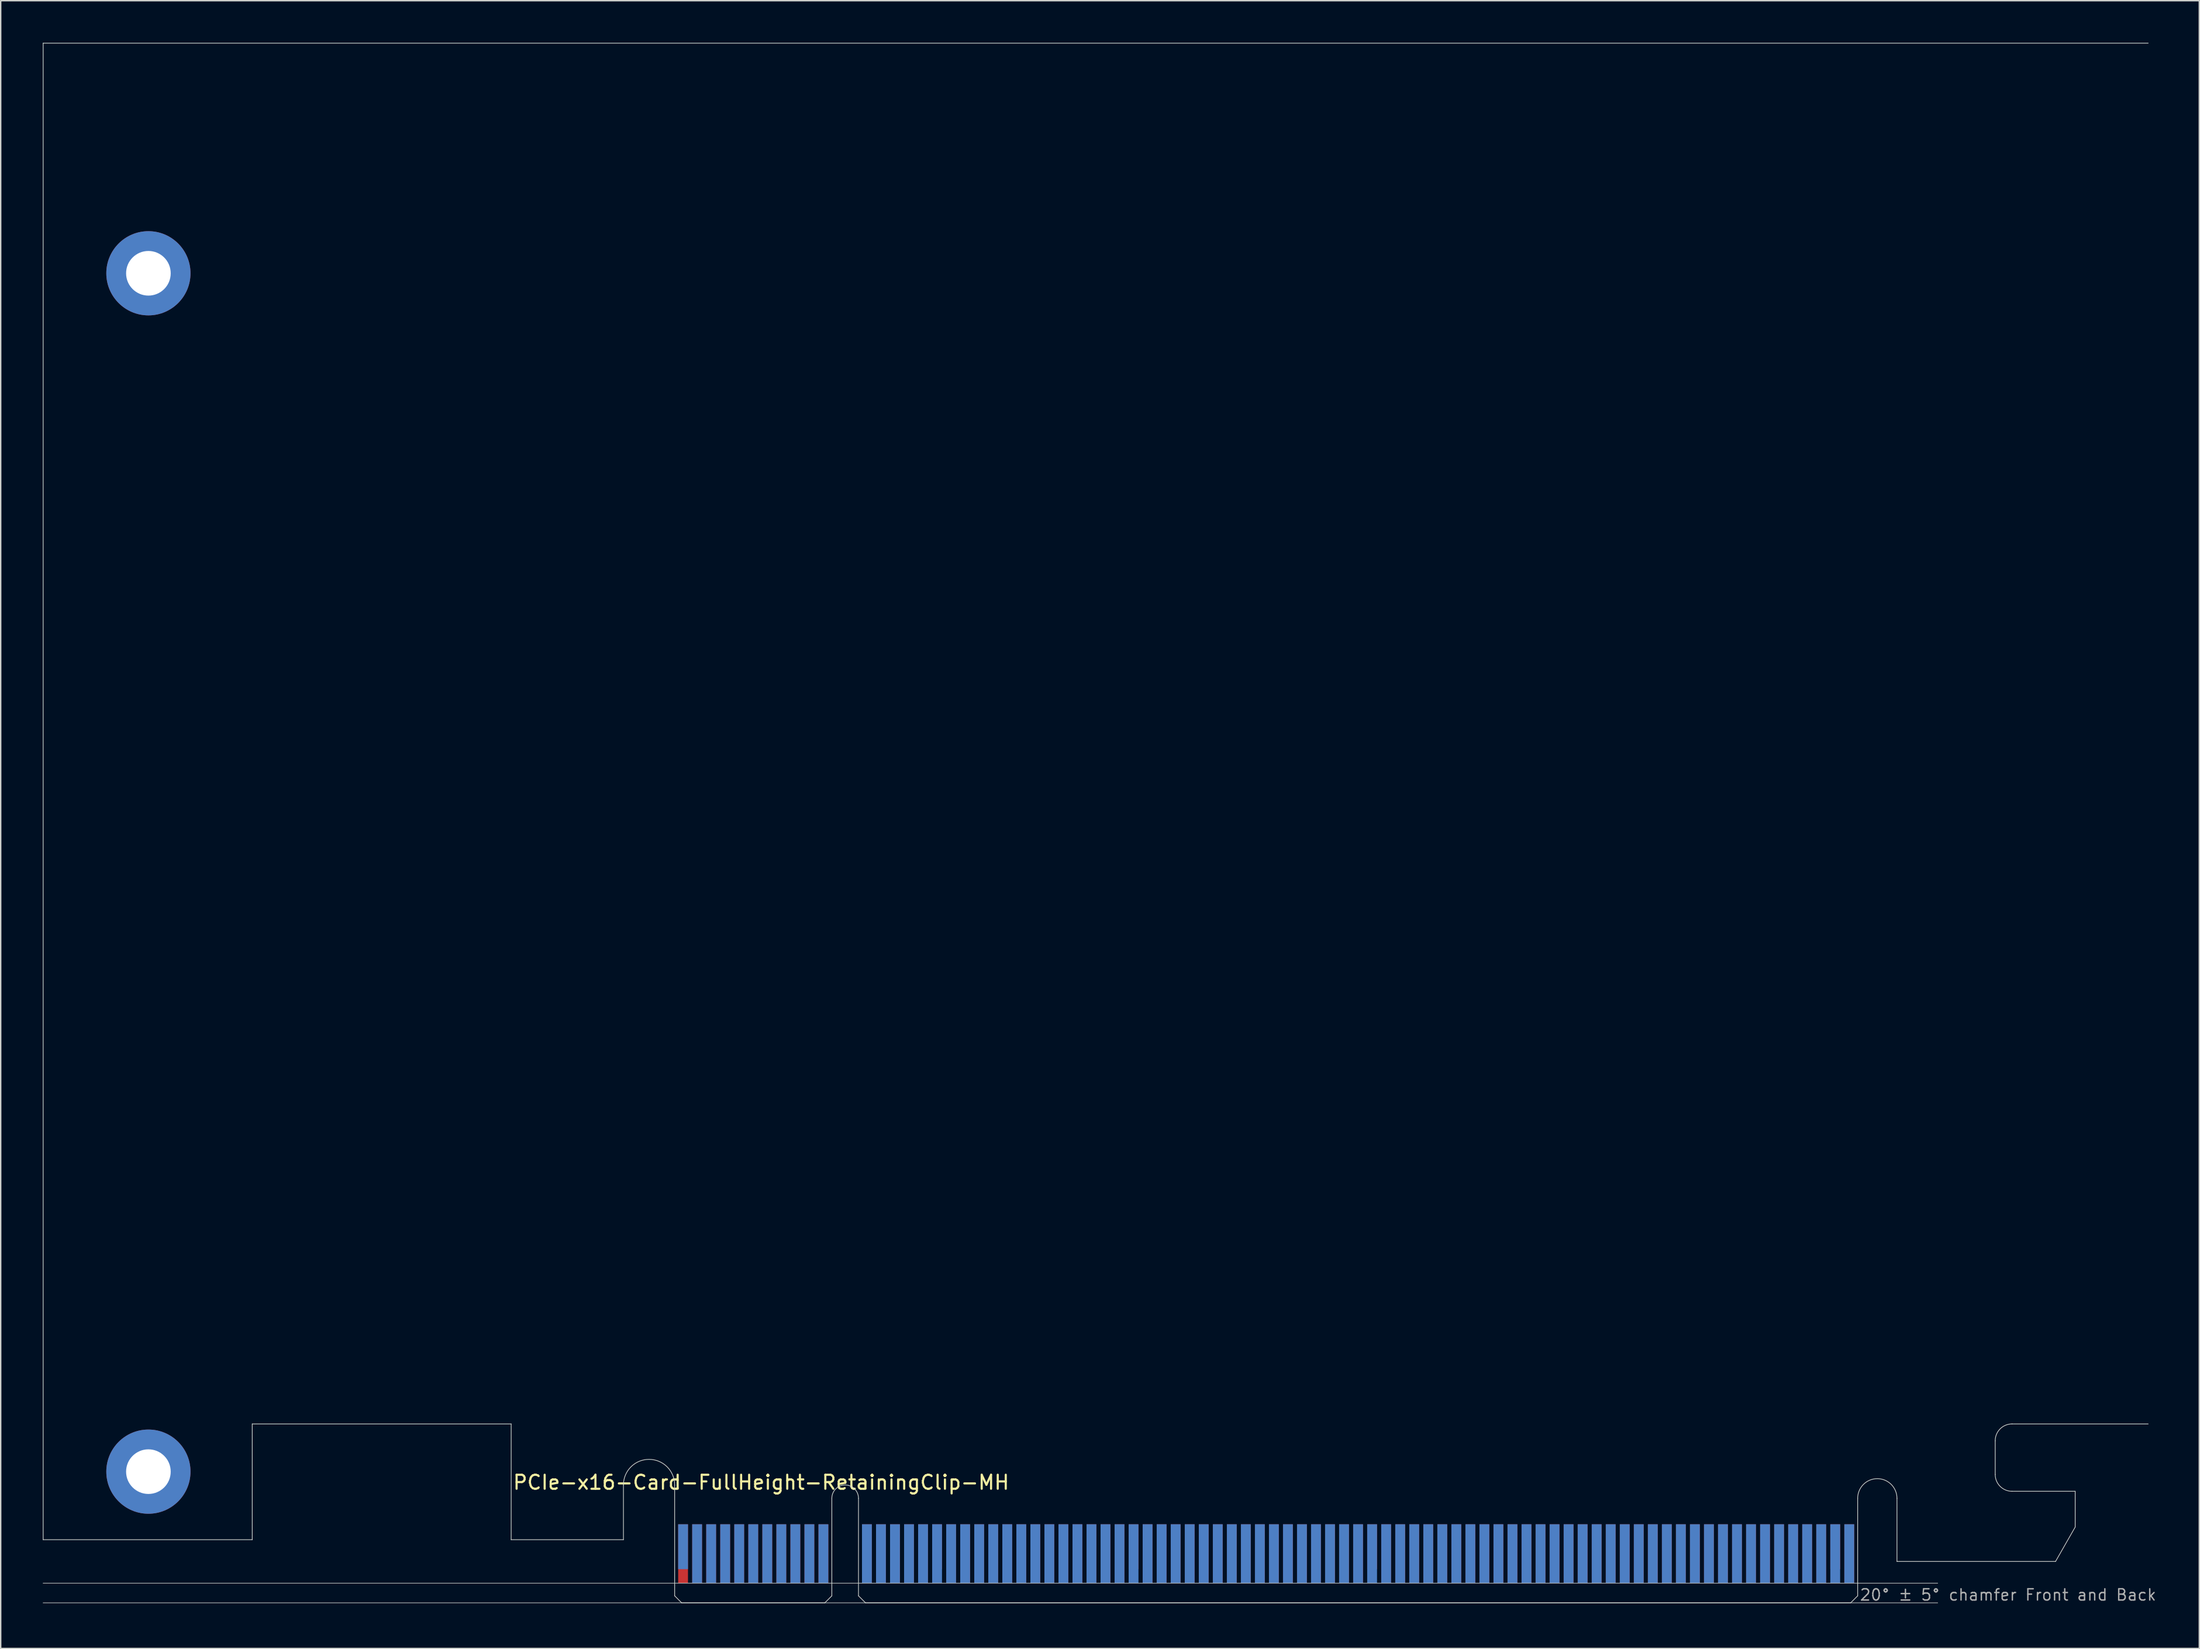
<source format=kicad_pcb>
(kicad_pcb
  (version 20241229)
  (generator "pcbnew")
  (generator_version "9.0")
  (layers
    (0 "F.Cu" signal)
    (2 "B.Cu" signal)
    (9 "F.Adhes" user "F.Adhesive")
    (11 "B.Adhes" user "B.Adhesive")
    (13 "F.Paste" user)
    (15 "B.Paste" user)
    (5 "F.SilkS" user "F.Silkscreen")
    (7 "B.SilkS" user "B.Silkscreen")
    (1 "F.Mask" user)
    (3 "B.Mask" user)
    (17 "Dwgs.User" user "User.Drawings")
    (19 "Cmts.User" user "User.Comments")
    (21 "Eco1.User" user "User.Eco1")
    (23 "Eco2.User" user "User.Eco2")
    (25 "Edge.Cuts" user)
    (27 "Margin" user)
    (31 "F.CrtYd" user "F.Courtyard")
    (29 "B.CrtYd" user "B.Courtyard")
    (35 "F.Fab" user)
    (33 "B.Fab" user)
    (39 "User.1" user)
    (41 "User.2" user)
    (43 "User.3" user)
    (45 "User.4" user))
  (footprint "PCIe-x16-Card-FullHeight-RetainingClip-MH"
    (layer "F.Cu")
    (at 45.025 111.175)
    (property "Reference" "PCIe-x16-Card-FullHeight-RetainingClip-MH" (at -11.6 -8 0) (layer "F.SilkS") (effects (font (size 1 1) (thickness 0.15)) (justify left bottom)))
    (attr exclude_from_pos_files exclude_from_bom)
    (fp_poly (pts (xy -3.65 -4.5) (xy -11.65 -4.5) (xy -11.65 -7.95) (xy -3.65 -7.95)) (stroke (width 0.1) (type solid)) (fill yes) (layer "F.Mask"))
    (fp_poly (pts (xy 11.2 -5.45) (xy 0 -5.45) (xy 0 0) (xy 11.2 0)) (stroke (width 0.1) (type solid)) (fill yes) (layer "F.Mask"))
    (fp_poly (pts (xy 84.3 -5.45) (xy 13.1 -5.45) (xy 13.1 0) (xy 84.3 0)) (stroke (width 0.1) (type solid)) (fill yes) (layer "F.Mask"))
    (fp_poly (pts (xy 99.8 -5.4) (xy 98.4 -2.95) (xy 87.1 -2.95) (xy 87.1 -7.95) (xy 99.8 -7.95)) (stroke (width 0.1) (type solid)) (fill yes) (layer "F.Mask"))
    (fp_poly (pts (xy -3.65 -7.95) (xy -11.65 -7.95) (xy -11.65 -4.5) (xy -3.65 -4.5)) (stroke (width 0.1) (type solid)) (fill yes) (layer "B.Mask"))
    (fp_poly (pts (xy 11.2 0) (xy 0 0) (xy 0 -5.45) (xy 11.2 -5.45)) (stroke (width 0.1) (type solid)) (fill yes) (layer "B.Mask"))
    (fp_poly (pts (xy 84.3 -5.45) (xy 13.1 -5.45) (xy 13.1 0) (xy 84.3 0)) (stroke (width 0.1) (type solid)) (fill yes) (layer "B.Mask"))
    (fp_poly (pts (xy 99.8 -5.4) (xy 98.4 -2.95) (xy 87.1 -2.95) (xy 87.1 -7.95) (xy 99.8 -7.95)) (stroke (width 0.1) (type solid)) (fill yes) (layer "B.Mask"))
    (fp_line (start -45 -111.15) (end 105 -111.15) (stroke (width 0.05) (type solid)) (layer "Edge.Cuts"))
    (fp_line (start -45 -4.5) (end -45 -111.15) (stroke (width 0.05) (type solid)) (layer "Edge.Cuts"))
    (fp_line (start -30.1 -12.75) (end -30.1 -4.5) (stroke (width 0.05) (type solid)) (layer "Edge.Cuts"))
    (fp_line (start -30.1 -4.5) (end -45 -4.5) (stroke (width 0.05) (type solid)) (layer "Edge.Cuts"))
    (fp_line (start -11.65 -12.75) (end -30.1 -12.75) (stroke (width 0.05) (type solid)) (layer "Edge.Cuts"))
    (fp_line (start -11.65 -4.5) (end -11.65 -12.75) (stroke (width 0.05) (type solid)) (layer "Edge.Cuts"))
    (fp_line (start -3.65 -4.5) (end -11.65 -4.5) (stroke (width 0.05) (type solid)) (layer "Edge.Cuts"))
    (fp_line (start -3.65 -4.5) (end -3.65 -8.4) (stroke (width 0.05) (type solid)) (layer "Edge.Cuts"))
    (fp_line (start 0 -0.5) (end 0 -8.4) (stroke (width 0.05) (type solid)) (layer "Edge.Cuts"))
    (fp_line (start 0.5 0) (end 0 -0.5) (stroke (width 0.05) (type solid)) (layer "Edge.Cuts"))
    (fp_line (start 0.5 0) (end 10.7 0) (stroke (width 0.05) (type solid)) (layer "Edge.Cuts"))
    (fp_line (start 10.7 0) (end 11.2 -0.5) (stroke (width 0.05) (type solid)) (layer "Edge.Cuts"))
    (fp_line (start 11.2 -0.5) (end 11.2 -7.45) (stroke (width 0.05) (type solid)) (layer "Edge.Cuts"))
    (fp_line (start 13.1 -0.5) (end 13.1 -7.45) (stroke (width 0.05) (type solid)) (layer "Edge.Cuts"))
    (fp_line (start 13.6 0) (end 13.1 -0.5) (stroke (width 0.05) (type solid)) (layer "Edge.Cuts"))
    (fp_line (start 83.8 0) (end 13.6 0) (stroke (width 0.05) (type solid)) (layer "Edge.Cuts"))
    (fp_line (start 83.8 0) (end 84.3 -0.5) (stroke (width 0.05) (type solid)) (layer "Edge.Cuts"))
    (fp_line (start 84.3 -0.5) (end 84.3 -7.45) (stroke (width 0.05) (type solid)) (layer "Edge.Cuts"))
    (fp_line (start 87.1 -7.45) (end 87.1 -2.95) (stroke (width 0.05) (type solid)) (layer "Edge.Cuts"))
    (fp_line (start 87.1 -2.95) (end 98.4 -2.95) (stroke (width 0.05) (type solid)) (layer "Edge.Cuts"))
    (fp_line (start 94.1 -11.55) (end 94.1 -9.15) (stroke (width 0.05) (type solid)) (layer "Edge.Cuts"))
    (fp_line (start 95.3 -12.75) (end 105 -12.75) (stroke (width 0.05) (type solid)) (layer "Edge.Cuts"))
    (fp_line (start 98.4 -2.95) (end 99.8 -5.4) (stroke (width 0.05) (type solid)) (layer "Edge.Cuts"))
    (fp_line (start 99.8 -7.95) (end 95.3 -7.95) (stroke (width 0.05) (type solid)) (layer "Edge.Cuts"))
    (fp_line (start 99.8 -5.4) (end 99.8 -7.95) (stroke (width 0.05) (type solid)) (layer "Edge.Cuts"))
    (fp_arc (start -3.65 -8.4) (mid -1.825 -10.225) (end 0 -8.4) (stroke (width 0.05) (type solid)) (layer "Edge.Cuts"))
    (fp_arc (start 11.2 -7.45) (mid 12.15 -8.4) (end 13.1 -7.45) (stroke (width 0.05) (type solid)) (layer "Edge.Cuts"))
    (fp_arc (start 84.3 -7.45) (mid 85.7 -8.85) (end 87.1 -7.45) (stroke (width 0.05) (type solid)) (layer "Edge.Cuts"))
    (fp_arc (start 94.1 -11.55) (mid 94.451472 -12.398528) (end 95.3 -12.75) (stroke (width 0.05) (type solid)) (layer "Edge.Cuts"))
    (fp_arc (start 95.3 -7.95) (mid 94.451472 -8.301472) (end 94.1 -9.15) (stroke (width 0.05) (type solid)) (layer "Edge.Cuts"))
    (fp_line (start -45 -1.4) (end 90 -1.4) (stroke (width 0.05) (type solid)) (layer "F.Fab"))
    (fp_line (start -45 0) (end 90 0) (stroke (width 0.05) (type solid)) (layer "F.Fab"))
    (fp_text user "20° ± 5° chamfer Front and Back" (at 84.4 -0.1 0) (layer "F.Fab") (effects (font (size 0.8 0.8) (thickness 0.1)) (justify left bottom)))
    (pad "A1" smd rect (at 0.6 -4) (size 0.7 3.2) (layers "B.Cu"))
    (pad "A2" smd rect (at 1.6 -3.5) (size 0.7 4.2) (layers "B.Cu"))
    (pad "A3" smd rect (at 2.6 -3.5) (size 0.7 4.2) (layers "B.Cu"))
    (pad "A4" smd rect (at 3.6 -3.5) (size 0.7 4.2) (layers "B.Cu"))
    (pad "A5" smd rect (at 4.6 -3.5) (size 0.7 4.2) (layers "B.Cu"))
    (pad "A6" smd rect (at 5.6 -3.5) (size 0.7 4.2) (layers "B.Cu"))
    (pad "A7" smd rect (at 6.6 -3.5) (size 0.7 4.2) (layers "B.Cu"))
    (pad "A8" smd rect (at 7.6 -3.5) (size 0.7 4.2) (layers "B.Cu"))
    (pad "A9" smd rect (at 8.6 -3.5) (size 0.7 4.2) (layers "B.Cu"))
    (pad "A10" smd rect (at 9.6 -3.5) (size 0.7 4.2) (layers "B.Cu"))
    (pad "A11" smd rect (at 10.6 -3.5) (size 0.7 4.2) (layers "B.Cu"))
    (pad "A12" smd rect (at 13.7 -3.5) (size 0.7 4.2) (layers "B.Cu"))
    (pad "A13" smd rect (at 14.7 -3.5) (size 0.7 4.2) (layers "B.Cu"))
    (pad "A14" smd rect (at 15.7 -3.5) (size 0.7 4.2) (layers "B.Cu"))
    (pad "A15" smd rect (at 16.7 -3.5) (size 0.7 4.2) (layers "B.Cu"))
    (pad "A16" smd rect (at 17.7 -3.5) (size 0.7 4.2) (layers "B.Cu"))
    (pad "A17" smd rect (at 18.7 -3.5) (size 0.7 4.2) (layers "B.Cu"))
    (pad "A18" smd rect (at 19.7 -3.5) (size 0.7 4.2) (layers "B.Cu"))
    (pad "A19" smd rect (at 20.7 -3.5) (size 0.7 4.2) (layers "B.Cu"))
    (pad "A20" smd rect (at 21.7 -3.5) (size 0.7 4.2) (layers "B.Cu"))
    (pad "A21" smd rect (at 22.7 -3.5) (size 0.7 4.2) (layers "B.Cu"))
    (pad "A22" smd rect (at 23.7 -3.5) (size 0.7 4.2) (layers "B.Cu"))
    (pad "A23" smd rect (at 24.7 -3.5) (size 0.7 4.2) (layers "B.Cu"))
    (pad "A24" smd rect (at 25.7 -3.5) (size 0.7 4.2) (layers "B.Cu"))
    (pad "A25" smd rect (at 26.7 -3.5) (size 0.7 4.2) (layers "B.Cu"))
    (pad "A26" smd rect (at 27.7 -3.5) (size 0.7 4.2) (layers "B.Cu"))
    (pad "A27" smd rect (at 28.7 -3.5) (size 0.7 4.2) (layers "B.Cu"))
    (pad "A28" smd rect (at 29.7 -3.5) (size 0.7 4.2) (layers "B.Cu"))
    (pad "A29" smd rect (at 30.7 -3.5) (size 0.7 4.2) (layers "B.Cu"))
    (pad "A30" smd rect (at 31.7 -3.5) (size 0.7 4.2) (layers "B.Cu"))
    (pad "A31" smd rect (at 32.7 -3.5) (size 0.7 4.2) (layers "B.Cu"))
    (pad "A32" smd rect (at 33.7 -3.5) (size 0.7 4.2) (layers "B.Cu"))
    (pad "A33" smd rect (at 34.7 -3.5) (size 0.7 4.2) (layers "B.Cu"))
    (pad "A34" smd rect (at 35.7 -3.5) (size 0.7 4.2) (layers "B.Cu"))
    (pad "A35" smd rect (at 36.7 -3.5) (size 0.7 4.2) (layers "B.Cu"))
    (pad "A36" smd rect (at 37.7 -3.5) (size 0.7 4.2) (layers "B.Cu"))
    (pad "A37" smd rect (at 38.7 -3.5) (size 0.7 4.2) (layers "B.Cu"))
    (pad "A38" smd rect (at 39.7 -3.5) (size 0.7 4.2) (layers "B.Cu"))
    (pad "A39" smd rect (at 40.7 -3.5) (size 0.7 4.2) (layers "B.Cu"))
    (pad "A40" smd rect (at 41.7 -3.5) (size 0.7 4.2) (layers "B.Cu"))
    (pad "A41" smd rect (at 42.7 -3.5) (size 0.7 4.2) (layers "B.Cu"))
    (pad "A42" smd rect (at 43.7 -3.5) (size 0.7 4.2) (layers "B.Cu"))
    (pad "A43" smd rect (at 44.7 -3.5) (size 0.7 4.2) (layers "B.Cu"))
    (pad "A44" smd rect (at 45.7 -3.5) (size 0.7 4.2) (layers "B.Cu"))
    (pad "A45" smd rect (at 46.7 -3.5) (size 0.7 4.2) (layers "B.Cu"))
    (pad "A46" smd rect (at 47.7 -3.5) (size 0.7 4.2) (layers "B.Cu"))
    (pad "A47" smd rect (at 48.7 -3.5) (size 0.7 4.2) (layers "B.Cu"))
    (pad "A48" smd rect (at 49.7 -3.5) (size 0.7 4.2) (layers "B.Cu"))
    (pad "A49" smd rect (at 50.7 -3.5) (size 0.7 4.2) (layers "B.Cu"))
    (pad "A50" smd rect (at 51.7 -3.5) (size 0.7 4.2) (layers "B.Cu"))
    (pad "A51" smd rect (at 52.7 -3.5) (size 0.7 4.2) (layers "B.Cu"))
    (pad "A52" smd rect (at 53.7 -3.5) (size 0.7 4.2) (layers "B.Cu"))
    (pad "A53" smd rect (at 54.7 -3.5) (size 0.7 4.2) (layers "B.Cu"))
    (pad "A54" smd rect (at 55.7 -3.5) (size 0.7 4.2) (layers "B.Cu"))
    (pad "A55" smd rect (at 56.7 -3.5) (size 0.7 4.2) (layers "B.Cu"))
    (pad "A56" smd rect (at 57.7 -3.5) (size 0.7 4.2) (layers "B.Cu"))
    (pad "A57" smd rect (at 58.7 -3.5) (size 0.7 4.2) (layers "B.Cu"))
    (pad "A58" smd rect (at 59.7 -3.5) (size 0.7 4.2) (layers "B.Cu"))
    (pad "A59" smd rect (at 60.7 -3.5) (size 0.7 4.2) (layers "B.Cu"))
    (pad "A60" smd rect (at 61.7 -3.5) (size 0.7 4.2) (layers "B.Cu"))
    (pad "A61" smd rect (at 62.7 -3.5) (size 0.7 4.2) (layers "B.Cu"))
    (pad "A62" smd rect (at 63.7 -3.5) (size 0.7 4.2) (layers "B.Cu"))
    (pad "A63" smd rect (at 64.7 -3.5) (size 0.7 4.2) (layers "B.Cu"))
    (pad "A64" smd rect (at 65.7 -3.5) (size 0.7 4.2) (layers "B.Cu"))
    (pad "A65" smd rect (at 66.7 -3.5) (size 0.7 4.2) (layers "B.Cu"))
    (pad "A66" smd rect (at 67.7 -3.5) (size 0.7 4.2) (layers "B.Cu"))
    (pad "A67" smd rect (at 68.7 -3.5) (size 0.7 4.2) (layers "B.Cu"))
    (pad "A68" smd rect (at 69.7 -3.5) (size 0.7 4.2) (layers "B.Cu"))
    (pad "A69" smd rect (at 70.7 -3.5) (size 0.7 4.2) (layers "B.Cu"))
    (pad "A70" smd rect (at 71.7 -3.5) (size 0.7 4.2) (layers "B.Cu"))
    (pad "A71" smd rect (at 72.7 -3.5) (size 0.7 4.2) (layers "B.Cu"))
    (pad "A72" smd rect (at 73.7 -3.5) (size 0.7 4.2) (layers "B.Cu"))
    (pad "A73" smd rect (at 74.7 -3.5) (size 0.7 4.2) (layers "B.Cu"))
    (pad "A74" smd rect (at 75.7 -3.5) (size 0.7 4.2) (layers "B.Cu"))
    (pad "A75" smd rect (at 76.7 -3.5) (size 0.7 4.2) (layers "B.Cu"))
    (pad "A76" smd rect (at 77.7 -3.5) (size 0.7 4.2) (layers "B.Cu"))
    (pad "A77" smd rect (at 78.7 -3.5) (size 0.7 4.2) (layers "B.Cu"))
    (pad "A78" smd rect (at 79.7 -3.5) (size 0.7 4.2) (layers "B.Cu"))
    (pad "A79" smd rect (at 80.7 -3.5) (size 0.7 4.2) (layers "B.Cu"))
    (pad "A80" smd rect (at 81.7 -3.5) (size 0.7 4.2) (layers "B.Cu"))
    (pad "A81" smd rect (at 82.7 -3.5) (size 0.7 4.2) (layers "B.Cu"))
    (pad "A82" smd rect (at 83.7 -3.5) (size 0.7 4.2) (layers "B.Cu"))
    (pad "B1" smd rect (at 0.6 -3.5) (size 0.7 4.2) (layers "F.Cu"))
    (pad "B2" smd rect (at 1.6 -3.5) (size 0.7 4.2) (layers "F.Cu"))
    (pad "B3" smd rect (at 2.6 -3.5) (size 0.7 4.2) (layers "F.Cu"))
    (pad "B4" smd rect (at 3.6 -3.5) (size 0.7 4.2) (layers "F.Cu"))
    (pad "B5" smd rect (at 4.6 -3.5) (size 0.7 4.2) (layers "F.Cu"))
    (pad "B6" smd rect (at 5.6 -3.5) (size 0.7 4.2) (layers "F.Cu"))
    (pad "B7" smd rect (at 6.6 -3.5) (size 0.7 4.2) (layers "F.Cu"))
    (pad "B8" smd rect (at 7.6 -3.5) (size 0.7 4.2) (layers "F.Cu"))
    (pad "B9" smd rect (at 8.6 -3.5) (size 0.7 4.2) (layers "F.Cu"))
    (pad "B10" smd rect (at 9.6 -3.5) (size 0.7 4.2) (layers "F.Cu"))
    (pad "B11" smd rect (at 10.6 -3.5) (size 0.7 4.2) (layers "F.Cu"))
    (pad "B12" smd rect (at 13.7 -3.5) (size 0.7 4.2) (layers "F.Cu"))
    (pad "B13" smd rect (at 14.7 -3.5) (size 0.7 4.2) (layers "F.Cu"))
    (pad "B14" smd rect (at 15.7 -3.5) (size 0.7 4.2) (layers "F.Cu"))
    (pad "B15" smd rect (at 16.7 -3.5) (size 0.7 4.2) (layers "F.Cu"))
    (pad "B16" smd rect (at 17.7 -3.5) (size 0.7 4.2) (layers "F.Cu"))
    (pad "B17" smd rect (at 18.7 -4) (size 0.7 3.2) (layers "F.Cu"))
    (pad "B18" smd rect (at 19.7 -3.5) (size 0.7 4.2) (layers "F.Cu"))
    (pad "B19" smd rect (at 20.7 -3.5) (size 0.7 4.2) (layers "F.Cu"))
    (pad "B20" smd rect (at 21.7 -3.5) (size 0.7 4.2) (layers "F.Cu"))
    (pad "B21" smd rect (at 22.7 -3.5) (size 0.7 4.2) (layers "F.Cu"))
    (pad "B22" smd rect (at 23.7 -3.5) (size 0.7 4.2) (layers "F.Cu"))
    (pad "B23" smd rect (at 24.7 -3.5) (size 0.7 4.2) (layers "F.Cu"))
    (pad "B24" smd rect (at 25.7 -3.5) (size 0.7 4.2) (layers "F.Cu"))
    (pad "B25" smd rect (at 26.7 -3.5) (size 0.7 4.2) (layers "F.Cu"))
    (pad "B26" smd rect (at 27.7 -3.5) (size 0.7 4.2) (layers "F.Cu"))
    (pad "B27" smd rect (at 28.7 -3.5) (size 0.7 4.2) (layers "F.Cu"))
    (pad "B28" smd rect (at 29.7 -3.5) (size 0.7 4.2) (layers "F.Cu"))
    (pad "B29" smd rect (at 30.7 -3.5) (size 0.7 4.2) (layers "F.Cu"))
    (pad "B30" smd rect (at 31.7 -3.5) (size 0.7 4.2) (layers "F.Cu"))
    (pad "B31" smd rect (at 32.7 -4) (size 0.7 3.2) (layers "F.Cu"))
    (pad "B32" smd rect (at 33.7 -3.5) (size 0.7 4.2) (layers "F.Cu"))
    (pad "B33" smd rect (at 34.7 -3.5) (size 0.7 4.2) (layers "F.Cu"))
    (pad "B34" smd rect (at 35.7 -3.5) (size 0.7 4.2) (layers "F.Cu"))
    (pad "B35" smd rect (at 36.7 -3.5) (size 0.7 4.2) (layers "F.Cu"))
    (pad "B36" smd rect (at 37.7 -3.5) (size 0.7 4.2) (layers "F.Cu"))
    (pad "B37" smd rect (at 38.7 -3.5) (size 0.7 4.2) (layers "F.Cu"))
    (pad "B38" smd rect (at 39.7 -3.5) (size 0.7 4.2) (layers "F.Cu"))
    (pad "B39" smd rect (at 40.7 -3.5) (size 0.7 4.2) (layers "F.Cu"))
    (pad "B40" smd rect (at 41.7 -3.5) (size 0.7 4.2) (layers "F.Cu"))
    (pad "B41" smd rect (at 42.7 -3.5) (size 0.7 4.2) (layers "F.Cu"))
    (pad "B42" smd rect (at 43.7 -3.5) (size 0.7 4.2) (layers "F.Cu"))
    (pad "B43" smd rect (at 44.7 -3.5) (size 0.7 4.2) (layers "F.Cu"))
    (pad "B44" smd rect (at 45.7 -3.5) (size 0.7 4.2) (layers "F.Cu"))
    (pad "B45" smd rect (at 46.7 -3.5) (size 0.7 4.2) (layers "F.Cu"))
    (pad "B46" smd rect (at 47.7 -3.5) (size 0.7 4.2) (layers "F.Cu"))
    (pad "B47" smd rect (at 48.7 -3.5) (size 0.7 4.2) (layers "F.Cu"))
    (pad "B48" smd rect (at 49.7 -4) (size 0.7 3.2) (layers "F.Cu"))
    (pad "B49" smd rect (at 50.7 -3.5) (size 0.7 4.2) (layers "F.Cu"))
    (pad "B50" smd rect (at 51.7 -3.5) (size 0.7 4.2) (layers "F.Cu"))
    (pad "B51" smd rect (at 52.7 -3.5) (size 0.7 4.2) (layers "F.Cu"))
    (pad "B52" smd rect (at 53.7 -3.5) (size 0.7 4.2) (layers "F.Cu"))
    (pad "B53" smd rect (at 54.7 -3.5) (size 0.7 4.2) (layers "F.Cu"))
    (pad "B54" smd rect (at 55.7 -3.5) (size 0.7 4.2) (layers "F.Cu"))
    (pad "B55" smd rect (at 56.7 -3.5) (size 0.7 4.2) (layers "F.Cu"))
    (pad "B56" smd rect (at 57.7 -3.5) (size 0.7 4.2) (layers "F.Cu"))
    (pad "B57" smd rect (at 58.7 -3.5) (size 0.7 4.2) (layers "F.Cu"))
    (pad "B58" smd rect (at 59.7 -3.5) (size 0.7 4.2) (layers "F.Cu"))
    (pad "B59" smd rect (at 60.7 -3.5) (size 0.7 4.2) (layers "F.Cu"))
    (pad "B60" smd rect (at 61.7 -3.5) (size 0.7 4.2) (layers "F.Cu"))
    (pad "B61" smd rect (at 62.7 -3.5) (size 0.7 4.2) (layers "F.Cu"))
    (pad "B62" smd rect (at 63.7 -3.5) (size 0.7 4.2) (layers "F.Cu"))
    (pad "B63" smd rect (at 64.7 -3.5) (size 0.7 4.2) (layers "F.Cu"))
    (pad "B64" smd rect (at 65.7 -3.5) (size 0.7 4.2) (layers "F.Cu"))
    (pad "B65" smd rect (at 66.7 -3.5) (size 0.7 4.2) (layers "F.Cu"))
    (pad "B66" smd rect (at 67.7 -3.5) (size 0.7 4.2) (layers "F.Cu"))
    (pad "B67" smd rect (at 68.7 -3.5) (size 0.7 4.2) (layers "F.Cu"))
    (pad "B68" smd rect (at 69.7 -3.5) (size 0.7 4.2) (layers "F.Cu"))
    (pad "B69" smd rect (at 70.7 -3.5) (size 0.7 4.2) (layers "F.Cu"))
    (pad "B70" smd rect (at 71.7 -3.5) (size 0.7 4.2) (layers "F.Cu"))
    (pad "B71" smd rect (at 72.7 -3.5) (size 0.7 4.2) (layers "F.Cu"))
    (pad "B72" smd rect (at 73.7 -3.5) (size 0.7 4.2) (layers "F.Cu"))
    (pad "B73" smd rect (at 74.7 -3.5) (size 0.7 4.2) (layers "F.Cu"))
    (pad "B74" smd rect (at 75.7 -3.5) (size 0.7 4.2) (layers "F.Cu"))
    (pad "B75" smd rect (at 76.7 -3.5) (size 0.7 4.2) (layers "F.Cu"))
    (pad "B76" smd rect (at 77.7 -3.5) (size 0.7 4.2) (layers "F.Cu"))
    (pad "B77" smd rect (at 78.7 -3.5) (size 0.7 4.2) (layers "F.Cu"))
    (pad "B78" smd rect (at 79.7 -3.5) (size 0.7 4.2) (layers "F.Cu"))
    (pad "B79" smd rect (at 80.7 -3.5) (size 0.7 4.2) (layers "F.Cu"))
    (pad "B80" smd rect (at 81.7 -3.5) (size 0.7 4.2) (layers "F.Cu"))
    (pad "B81" smd rect (at 82.7 -4) (size 0.7 3.2) (layers "F.Cu"))
    (pad "B82" smd rect (at 83.7 -3.5) (size 0.7 4.2) (layers "F.Cu"))
    (pad "GND" thru_hole circle (at -37.5 -94.75) (size 6 6) (drill 3.18) (layers "*.Cu" "*.Mask"))
    (pad "GND" thru_hole circle (at -37.5 -9.35) (size 6 6) (drill 3.18) (layers "*.Cu" "*.Mask")))
  (gr_rect
    (start -3 -3)
    (end 153.67 114.425)
    (stroke (width 0.1) (type default))
    (fill no)
    (layer "Edge.Cuts")))
</source>
